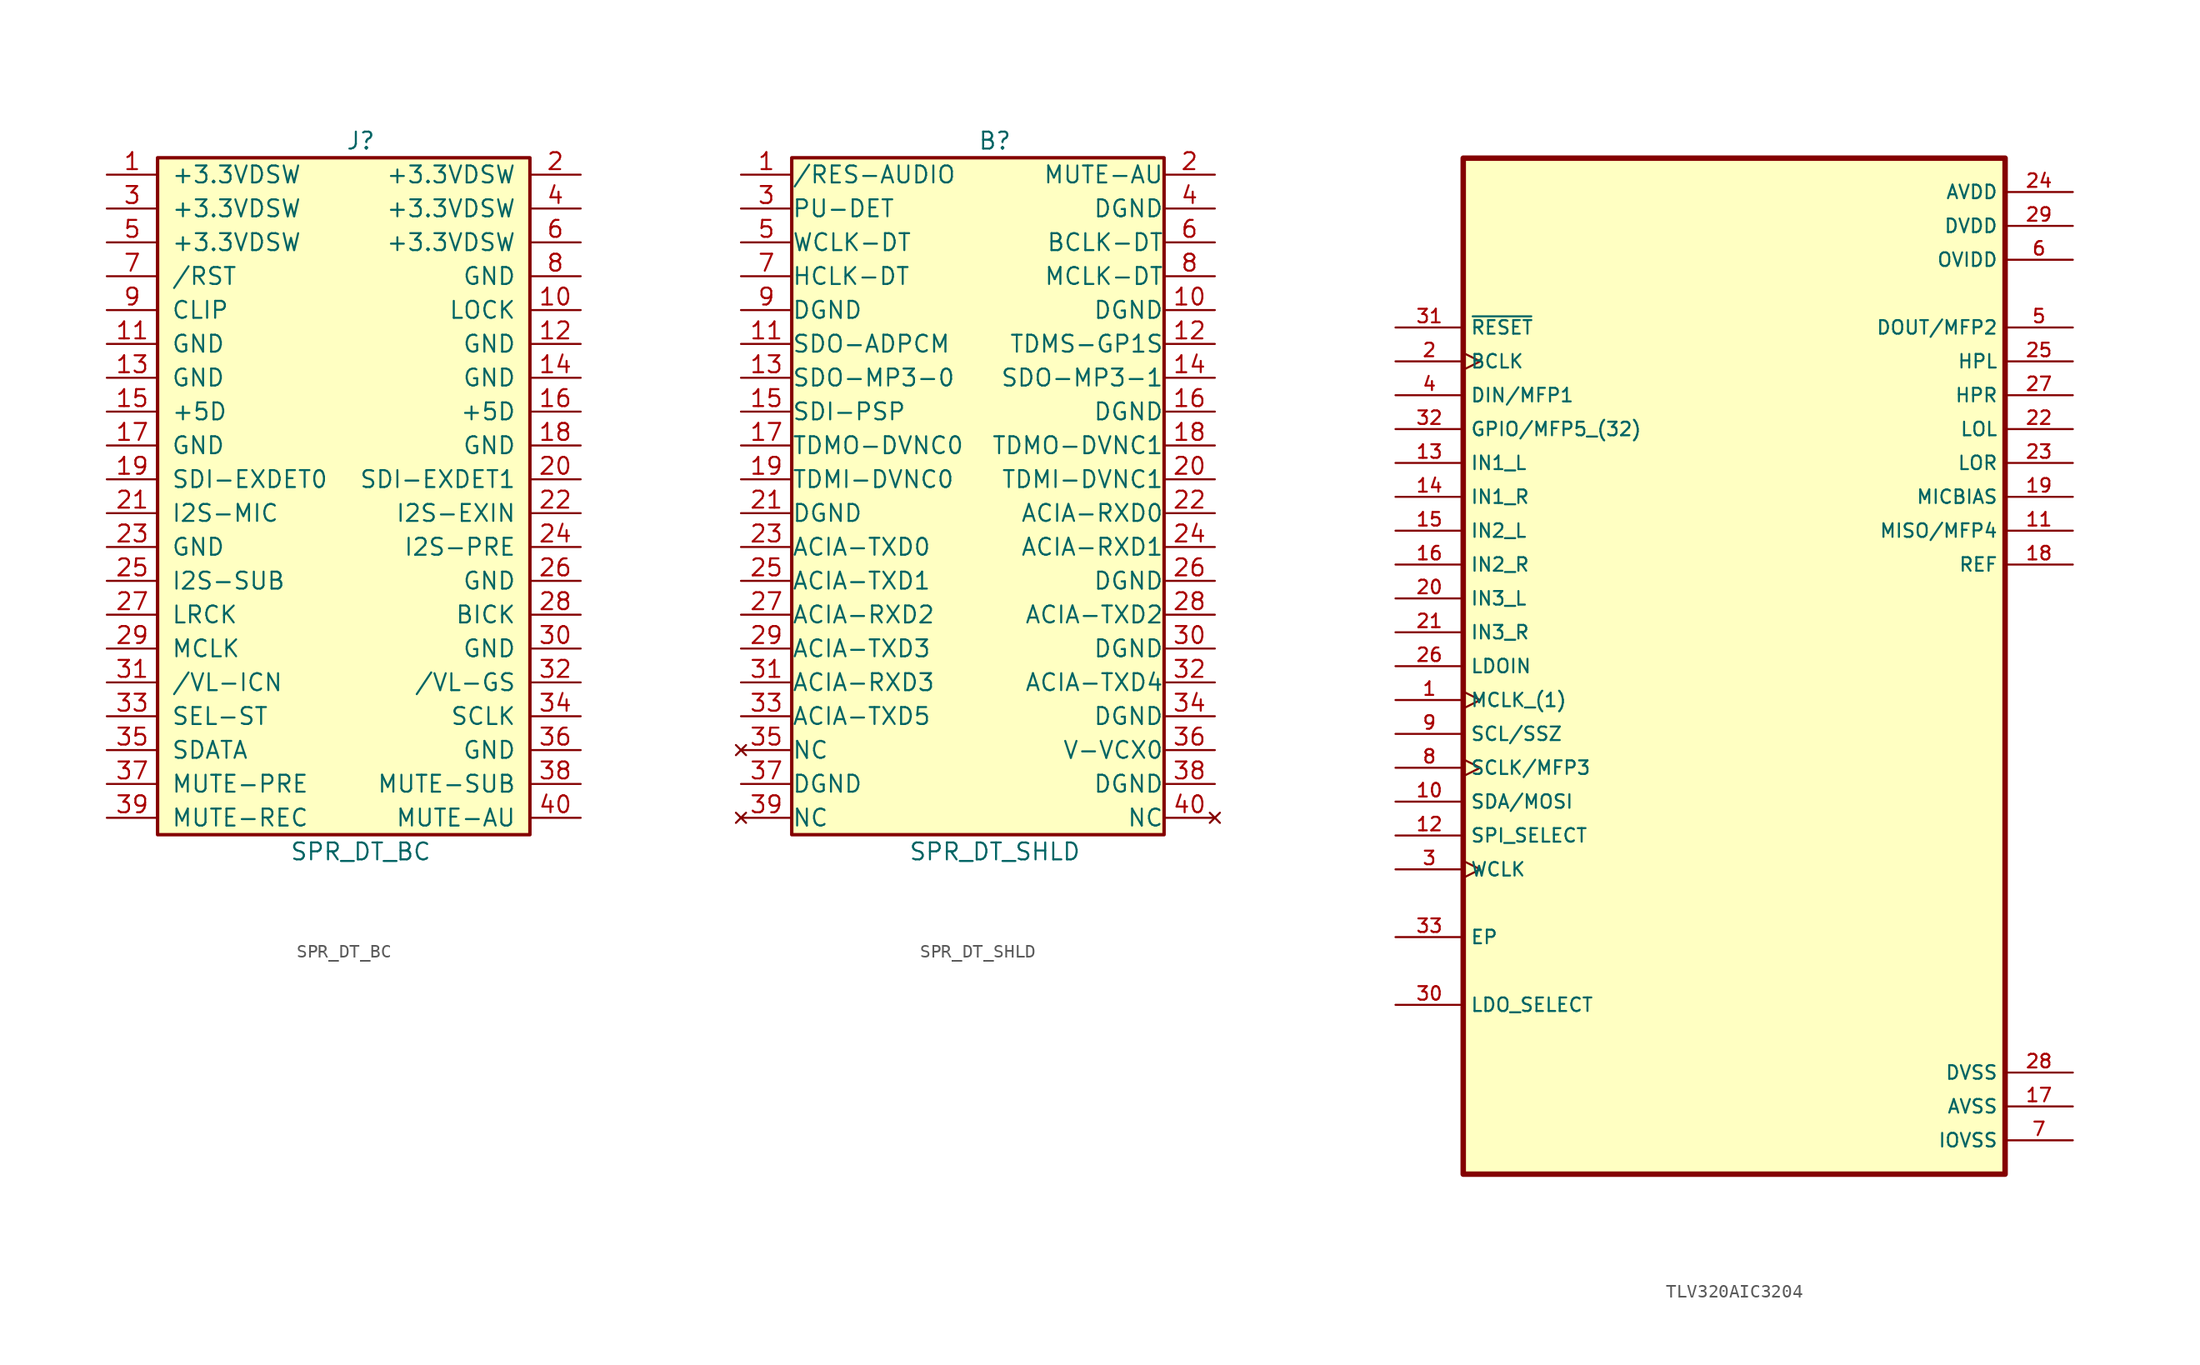
<source format=kicad_sym>
(kicad_symbol_lib
  (version 20241209)
  (generator "kicad_symbol_editor")
  (generator_version "9.0")
  (symbol "SPR_DT_BC"
    (pin_names
      (offset 1.016))
    (property "Reference" "J"
      (at 1.27 25.4 0)
      (effects (font (size 1.27 1.27))))
    (property "Value" "SPR_DT_BC"
      (at 1.27 -27.94 0)
      (effects (font (size 1.27 1.27))))
    (symbol "SPR_DT_BC_1_1"
      (rectangle (start -13.97 24.13) (end 13.97 -26.67) (stroke (width 0.254) (type default)) (fill (type background)))
      (pin power_in line (at -17.78 22.86 0) (length 3.81) (name "+3.3VDSW" (effects (font (size 1.27 1.27)))) (number "1" (effects (font (size 1.27 1.27)))))
      (pin power_in line (at -17.78 20.32 0) (length 3.81) (name "+3.3VDSW" (effects (font (size 1.27 1.27)))) (number "3" (effects (font (size 1.27 1.27)))))
      (pin power_in line (at -17.78 17.78 0) (length 3.81) (name "+3.3VDSW" (effects (font (size 1.27 1.27)))) (number "5" (effects (font (size 1.27 1.27)))))
      (pin passive line (at -17.78 15.24 0) (length 3.81) (name "/RST" (effects (font (size 1.27 1.27)))) (number "7" (effects (font (size 1.27 1.27)))))
      (pin passive line (at -17.78 12.7 0) (length 3.81) (name "CLIP" (effects (font (size 1.27 1.27)))) (number "9" (effects (font (size 1.27 1.27)))))
      (pin power_in line (at -17.78 10.16 0) (length 3.81) (name "GND" (effects (font (size 1.27 1.27)))) (number "11" (effects (font (size 1.27 1.27)))))
      (pin power_in line (at -17.78 7.62 0) (length 3.81) (name "GND" (effects (font (size 1.27 1.27)))) (number "13" (effects (font (size 1.27 1.27)))))
      (pin power_in line (at -17.78 5.08 0) (length 3.81) (name "+5D" (effects (font (size 1.27 1.27)))) (number "15" (effects (font (size 1.27 1.27)))))
      (pin power_in line (at -17.78 2.54 0) (length 3.81) (name "GND" (effects (font (size 1.27 1.27)))) (number "17" (effects (font (size 1.27 1.27)))))
      (pin input line (at -17.78 0 0) (length 3.81) (name "SDI-EXDET0" (effects (font (size 1.27 1.27)))) (number "19" (effects (font (size 1.27 1.27)))))
      (pin input line (at -17.78 -2.54 0) (length 3.81) (name "I2S-MIC" (effects (font (size 1.27 1.27)))) (number "21" (effects (font (size 1.27 1.27)))))
      (pin power_in line (at -17.78 -5.08 0) (length 3.81) (name "GND" (effects (font (size 1.27 1.27)))) (number "23" (effects (font (size 1.27 1.27)))))
      (pin output line (at -17.78 -7.62 0) (length 3.81) (name "I2S-SUB" (effects (font (size 1.27 1.27)))) (number "25" (effects (font (size 1.27 1.27)))))
      (pin passive line (at -17.78 -10.16 0) (length 3.81) (name "LRCK" (effects (font (size 1.27 1.27)))) (number "27" (effects (font (size 1.27 1.27)))))
      (pin passive line (at -17.78 -12.7 0) (length 3.81) (name "MCLK" (effects (font (size 1.27 1.27)))) (number "29" (effects (font (size 1.27 1.27)))))
      (pin passive line (at -17.78 -15.24 0) (length 3.81) (name "/VL-ICN" (effects (font (size 1.27 1.27)))) (number "31" (effects (font (size 1.27 1.27)))))
      (pin passive line (at -17.78 -17.78 0) (length 3.81) (name "SEL-ST" (effects (font (size 1.27 1.27)))) (number "33" (effects (font (size 1.27 1.27)))))
      (pin passive line (at -17.78 -20.32 0) (length 3.81) (name "SDATA" (effects (font (size 1.27 1.27)))) (number "35" (effects (font (size 1.27 1.27)))))
      (pin passive line (at -17.78 -22.86 0) (length 3.81) (name "MUTE-PRE" (effects (font (size 1.27 1.27)))) (number "37" (effects (font (size 1.27 1.27)))))
      (pin passive line (at -17.78 -25.4 0) (length 3.81) (name "MUTE-REC" (effects (font (size 1.27 1.27)))) (number "39" (effects (font (size 1.27 1.27)))))
      (pin power_in line (at 17.78 22.86 180) (length 3.81) (name "+3.3VDSW" (effects (font (size 1.27 1.27)))) (number "2" (effects (font (size 1.27 1.27)))))
      (pin power_in line (at 17.78 20.32 180) (length 3.81) (name "+3.3VDSW" (effects (font (size 1.27 1.27)))) (number "4" (effects (font (size 1.27 1.27)))))
      (pin power_in line (at 17.78 17.78 180) (length 3.81) (name "+3.3VDSW" (effects (font (size 1.27 1.27)))) (number "6" (effects (font (size 1.27 1.27)))))
      (pin power_in line (at 17.78 15.24 180) (length 3.81) (name "GND" (effects (font (size 1.27 1.27)))) (number "8" (effects (font (size 1.27 1.27)))))
      (pin passive line (at 17.78 12.7 180) (length 3.81) (name "LOCK" (effects (font (size 1.27 1.27)))) (number "10" (effects (font (size 1.27 1.27)))))
      (pin power_in line (at 17.78 10.16 180) (length 3.81) (name "GND" (effects (font (size 1.27 1.27)))) (number "12" (effects (font (size 1.27 1.27)))))
      (pin power_in line (at 17.78 7.62 180) (length 3.81) (name "GND" (effects (font (size 1.27 1.27)))) (number "14" (effects (font (size 1.27 1.27)))))
      (pin power_in line (at 17.78 5.08 180) (length 3.81) (name "+5D" (effects (font (size 1.27 1.27)))) (number "16" (effects (font (size 1.27 1.27)))))
      (pin power_in line (at 17.78 2.54 180) (length 3.81) (name "GND" (effects (font (size 1.27 1.27)))) (number "18" (effects (font (size 1.27 1.27)))))
      (pin input line (at 17.78 0 180) (length 3.81) (name "SDI-EXDET1" (effects (font (size 1.27 1.27)))) (number "20" (effects (font (size 1.27 1.27)))))
      (pin input line (at 17.78 -2.54 180) (length 3.81) (name "I2S-EXIN" (effects (font (size 1.27 1.27)))) (number "22" (effects (font (size 1.27 1.27)))))
      (pin output line (at 17.78 -5.08 180) (length 3.81) (name "I2S-PRE" (effects (font (size 1.27 1.27)))) (number "24" (effects (font (size 1.27 1.27)))))
      (pin power_in line (at 17.78 -7.62 180) (length 3.81) (name "GND" (effects (font (size 1.27 1.27)))) (number "26" (effects (font (size 1.27 1.27)))))
      (pin passive line (at 17.78 -10.16 180) (length 3.81) (name "BICK" (effects (font (size 1.27 1.27)))) (number "28" (effects (font (size 1.27 1.27)))))
      (pin passive line (at 17.78 -12.7 180) (length 3.81) (name "GND" (effects (font (size 1.27 1.27)))) (number "30" (effects (font (size 1.27 1.27)))))
      (pin passive line (at 17.78 -15.24 180) (length 3.81) (name "/VL-GS" (effects (font (size 1.27 1.27)))) (number "32" (effects (font (size 1.27 1.27)))))
      (pin passive line (at 17.78 -17.78 180) (length 3.81) (name "SCLK" (effects (font (size 1.27 1.27)))) (number "34" (effects (font (size 1.27 1.27)))))
      (pin power_in line (at 17.78 -20.32 180) (length 3.81) (name "GND" (effects (font (size 1.27 1.27)))) (number "36" (effects (font (size 1.27 1.27)))))
      (pin passive line (at 17.78 -22.86 180) (length 3.81) (name "MUTE-SUB" (effects (font (size 1.27 1.27)))) (number "38" (effects (font (size 1.27 1.27)))))
      (pin passive line (at 17.78 -25.4 180) (length 3.81) (name "MUTE-AU" (effects (font (size 1.27 1.27)))) (number "40" (effects (font (size 1.27 1.27)))))))
  (symbol "SPR_DT_SHLD"
    (pin_names
      (offset 0.002))
    (property "Reference" "B"
      (at 1.27 25.4 0)
      (effects (font (size 1.27 1.27))))
    (property "Value" "SPR_DT_SHLD"
      (at 1.27 -27.94 0)
      (effects (font (size 1.27 1.27))))
    (symbol "SPR_DT_SHLD_1_1"
      (rectangle (start -13.97 24.13) (end 13.97 -26.67) (stroke (width 0.254) (type default)) (fill (type background)))
      (pin passive line (at -17.78 22.86 0) (length 3.81) (name "/RES-AUDIO" (effects (font (size 1.27 1.27)))) (number "1" (effects (font (size 1.27 1.27)))))
      (pin passive line (at -17.78 20.32 0) (length 3.81) (name "PU-DET" (effects (font (size 1.27 1.27)))) (number "3" (effects (font (size 1.27 1.27)))))
      (pin passive line (at -17.78 17.78 0) (length 3.81) (name "WCLK-DT" (effects (font (size 1.27 1.27)))) (number "5" (effects (font (size 1.27 1.27)))))
      (pin passive line (at -17.78 15.24 0) (length 3.81) (name "HCLK-DT" (effects (font (size 1.27 1.27)))) (number "7" (effects (font (size 1.27 1.27)))))
      (pin power_in line (at -17.78 12.7 0) (length 3.81) (name "DGND" (effects (font (size 1.27 1.27)))) (number "9" (effects (font (size 1.27 1.27)))))
      (pin input line (at -17.78 10.16 0) (length 3.81) (name "SDO-ADPCM" (effects (font (size 1.27 1.27)))) (number "11" (effects (font (size 1.27 1.27)))))
      (pin input line (at -17.78 7.62 0) (length 3.81) (name "SDO-MP3-0" (effects (font (size 1.27 1.27)))) (number "13" (effects (font (size 1.27 1.27)))))
      (pin output line (at -17.78 5.08 0) (length 3.81) (name "SDI-PSP" (effects (font (size 1.27 1.27)))) (number "15" (effects (font (size 1.27 1.27)))))
      (pin passive line (at -17.78 2.54 0) (length 3.81) (name "TDMO-DVNC0" (effects (font (size 1.27 1.27)))) (number "17" (effects (font (size 1.27 1.27)))))
      (pin passive line (at -17.78 0 0) (length 3.81) (name "TDMI-DVNC0" (effects (font (size 1.27 1.27)))) (number "19" (effects (font (size 1.27 1.27)))))
      (pin power_in line (at -17.78 -2.54 0) (length 3.81) (name "DGND" (effects (font (size 1.27 1.27)))) (number "21" (effects (font (size 1.27 1.27)))))
      (pin input line (at -17.78 -5.08 0) (length 3.81) (name "ACIA-TXD0" (effects (font (size 1.27 1.27)))) (number "23" (effects (font (size 1.27 1.27)))))
      (pin input line (at -17.78 -7.62 0) (length 3.81) (name "ACIA-TXD1" (effects (font (size 1.27 1.27)))) (number "25" (effects (font (size 1.27 1.27)))))
      (pin output line (at -17.78 -10.16 0) (length 3.81) (name "ACIA-RXD2" (effects (font (size 1.27 1.27)))) (number "27" (effects (font (size 1.27 1.27)))))
      (pin input line (at -17.78 -12.7 0) (length 3.81) (name "ACIA-TXD3" (effects (font (size 1.27 1.27)))) (number "29" (effects (font (size 1.27 1.27)))))
      (pin output line (at -17.78 -15.24 0) (length 3.81) (name "ACIA-RXD3" (effects (font (size 1.27 1.27)))) (number "31" (effects (font (size 1.27 1.27)))))
      (pin input line (at -17.78 -17.78 0) (length 3.81) (name "ACIA-TXD5" (effects (font (size 1.27 1.27)))) (number "33" (effects (font (size 1.27 1.27)))))
      (pin no_connect line (at -17.78 -20.32 0) (length 3.81) (name "NC" (effects (font (size 1.27 1.27)))) (number "35" (effects (font (size 1.27 1.27)))))
      (pin power_in line (at -17.78 -22.86 0) (length 3.81) (name "DGND" (effects (font (size 1.27 1.27)))) (number "37" (effects (font (size 1.27 1.27)))))
      (pin no_connect line (at -17.78 -25.4 0) (length 3.81) (name "NC" (effects (font (size 1.27 1.27)))) (number "39" (effects (font (size 1.27 1.27)))))
      (pin passive line (at 17.78 22.86 180) (length 3.81) (name "MUTE-AU" (effects (font (size 1.27 1.27)))) (number "2" (effects (font (size 1.27 1.27)))))
      (pin power_in line (at 17.78 20.32 180) (length 3.81) (name "DGND" (effects (font (size 1.27 1.27)))) (number "4" (effects (font (size 1.27 1.27)))))
      (pin passive line (at 17.78 17.78 180) (length 3.81) (name "BCLK-DT" (effects (font (size 1.27 1.27)))) (number "6" (effects (font (size 1.27 1.27)))))
      (pin passive line (at 17.78 15.24 180) (length 3.81) (name "MCLK-DT" (effects (font (size 1.27 1.27)))) (number "8" (effects (font (size 1.27 1.27)))))
      (pin power_in line (at 17.78 12.7 180) (length 3.81) (name "DGND" (effects (font (size 1.27 1.27)))) (number "10" (effects (font (size 1.27 1.27)))))
      (pin passive line (at 17.78 10.16 180) (length 3.81) (name "TDMS-GP1S" (effects (font (size 1.27 1.27)))) (number "12" (effects (font (size 1.27 1.27)))))
      (pin input line (at 17.78 7.62 180) (length 3.81) (name "SDO-MP3-1" (effects (font (size 1.27 1.27)))) (number "14" (effects (font (size 1.27 1.27)))))
      (pin power_in line (at 17.78 5.08 180) (length 3.81) (name "DGND" (effects (font (size 1.27 1.27)))) (number "16" (effects (font (size 1.27 1.27)))))
      (pin passive line (at 17.78 2.54 180) (length 3.81) (name "TDMO-DVNC1" (effects (font (size 1.27 1.27)))) (number "18" (effects (font (size 1.27 1.27)))))
      (pin passive line (at 17.78 0 180) (length 3.81) (name "TDMI-DVNC1" (effects (font (size 1.27 1.27)))) (number "20" (effects (font (size 1.27 1.27)))))
      (pin output line (at 17.78 -2.54 180) (length 3.81) (name "ACIA-RXD0" (effects (font (size 1.27 1.27)))) (number "22" (effects (font (size 1.27 1.27)))))
      (pin output line (at 17.78 -5.08 180) (length 3.81) (name "ACIA-RXD1" (effects (font (size 1.27 1.27)))) (number "24" (effects (font (size 1.27 1.27)))))
      (pin power_in line (at 17.78 -7.62 180) (length 3.81) (name "DGND" (effects (font (size 1.27 1.27)))) (number "26" (effects (font (size 1.27 1.27)))))
      (pin input line (at 17.78 -10.16 180) (length 3.81) (name "ACIA-TXD2" (effects (font (size 1.27 1.27)))) (number "28" (effects (font (size 1.27 1.27)))))
      (pin power_in line (at 17.78 -12.7 180) (length 3.81) (name "DGND" (effects (font (size 1.27 1.27)))) (number "30" (effects (font (size 1.27 1.27)))))
      (pin input line (at 17.78 -15.24 180) (length 3.81) (name "ACIA-TXD4" (effects (font (size 1.27 1.27)))) (number "32" (effects (font (size 1.27 1.27)))))
      (pin power_in line (at 17.78 -17.78 180) (length 3.81) (name "DGND" (effects (font (size 1.27 1.27)))) (number "34" (effects (font (size 1.27 1.27)))))
      (pin passive line (at 17.78 -20.32 180) (length 3.81) (name "V-VCX0" (effects (font (size 1.27 1.27)))) (number "36" (effects (font (size 1.27 1.27)))))
      (pin power_in line (at 17.78 -22.86 180) (length 3.81) (name "DGND" (effects (font (size 1.27 1.27)))) (number "38" (effects (font (size 1.27 1.27)))))
      (pin no_connect line (at 17.78 -25.4 180) (length 3.81) (name "NC" (effects (font (size 1.27 1.27)))) (number "40" (effects (font (size 1.27 1.27)))))))
  (symbol "TLV320AIC3204"
    (property "Reference" "U"
      (at 0 0 0)
      (effects (font (size 1.27 1.27)) (hide yes)))
    (property "Value" ""
      (at 0 0 0)
      (effects (font (size 1.27 1.27))))
    (symbol "TLV320AIC3204_0_0"
      (rectangle (start -20.32 -36.83) (end 20.32 39.37) (stroke (width 0.41) (type default)) (fill (type background)))
      (pin input line (at -25.4 26.67 0) (length 5.08) (name "~{RESET}" (effects (font (size 1.016 1.016)))) (number "31" (effects (font (size 1.016 1.016)))))
      (pin input clock (at -25.4 24.13 0) (length 5.08) (name "BCLK" (effects (font (size 1.016 1.016)))) (number "2" (effects (font (size 1.016 1.016)))))
      (pin input line (at -25.4 21.59 0) (length 5.08) (name "DIN/MFP1" (effects (font (size 1.016 1.016)))) (number "4" (effects (font (size 1.016 1.016)))))
      (pin input line (at -25.4 19.05 0) (length 5.08) (name "GPIO/MFP5_(32)" (effects (font (size 1.016 1.016)))) (number "32" (effects (font (size 1.016 1.016)))))
      (pin input line (at -25.4 16.51 0) (length 5.08) (name "IN1_L" (effects (font (size 1.016 1.016)))) (number "13" (effects (font (size 1.016 1.016)))))
      (pin input line (at -25.4 13.97 0) (length 5.08) (name "IN1_R" (effects (font (size 1.016 1.016)))) (number "14" (effects (font (size 1.016 1.016)))))
      (pin input line (at -25.4 11.43 0) (length 5.08) (name "IN2_L" (effects (font (size 1.016 1.016)))) (number "15" (effects (font (size 1.016 1.016)))))
      (pin input line (at -25.4 8.89 0) (length 5.08) (name "IN2_R" (effects (font (size 1.016 1.016)))) (number "16" (effects (font (size 1.016 1.016)))))
      (pin input line (at -25.4 6.35 0) (length 5.08) (name "IN3_L" (effects (font (size 1.016 1.016)))) (number "20" (effects (font (size 1.016 1.016)))))
      (pin input line (at -25.4 3.81 0) (length 5.08) (name "IN3_R" (effects (font (size 1.016 1.016)))) (number "21" (effects (font (size 1.016 1.016)))))
      (pin input line (at -25.4 1.27 0) (length 5.08) (name "LDOIN" (effects (font (size 1.016 1.016)))) (number "26" (effects (font (size 1.016 1.016)))))
      (pin input clock (at -25.4 -1.27 0) (length 5.08) (name "MCLK_(1)" (effects (font (size 1.016 1.016)))) (number "1" (effects (font (size 1.016 1.016)))))
      (pin input line (at -25.4 -3.81 0) (length 5.08) (name "SCL/SSZ" (effects (font (size 1.016 1.016)))) (number "9" (effects (font (size 1.016 1.016)))))
      (pin input clock (at -25.4 -6.35 0) (length 5.08) (name "SCLK/MFP3" (effects (font (size 1.016 1.016)))) (number "8" (effects (font (size 1.016 1.016)))))
      (pin input line (at -25.4 -8.89 0) (length 5.08) (name "SDA/MOSI" (effects (font (size 1.016 1.016)))) (number "10" (effects (font (size 1.016 1.016)))))
      (pin input line (at -25.4 -11.43 0) (length 5.08) (name "SPI_SELECT" (effects (font (size 1.016 1.016)))) (number "12" (effects (font (size 1.016 1.016)))))
      (pin input clock (at -25.4 -13.97 0) (length 5.08) (name "WCLK" (effects (font (size 1.016 1.016)))) (number "3" (effects (font (size 1.016 1.016)))))
      (pin bidirectional line (at -25.4 -19.05 0) (length 5.08) (name "EP" (effects (font (size 1.016 1.016)))) (number "33" (effects (font (size 1.016 1.016)))))
      (pin bidirectional line (at -25.4 -24.13 0) (length 5.08) (name "LDO_SELECT" (effects (font (size 1.016 1.016)))) (number "30" (effects (font (size 1.016 1.016)))))
      (pin power_in line (at 25.4 36.83 180) (length 5.08) (name "AVDD" (effects (font (size 1.016 1.016)))) (number "24" (effects (font (size 1.016 1.016)))))
      (pin power_in line (at 25.4 34.29 180) (length 5.08) (name "DVDD" (effects (font (size 1.016 1.016)))) (number "29" (effects (font (size 1.016 1.016)))))
      (pin power_in line (at 25.4 31.75 180) (length 5.08) (name "OVIDD" (effects (font (size 1.016 1.016)))) (number "6" (effects (font (size 1.016 1.016)))))
      (pin output line (at 25.4 26.67 180) (length 5.08) (name "DOUT/MFP2" (effects (font (size 1.016 1.016)))) (number "5" (effects (font (size 1.016 1.016)))))
      (pin output line (at 25.4 24.13 180) (length 5.08) (name "HPL" (effects (font (size 1.016 1.016)))) (number "25" (effects (font (size 1.016 1.016)))))
      (pin output line (at 25.4 21.59 180) (length 5.08) (name "HPR" (effects (font (size 1.016 1.016)))) (number "27" (effects (font (size 1.016 1.016)))))
      (pin output line (at 25.4 19.05 180) (length 5.08) (name "LOL" (effects (font (size 1.016 1.016)))) (number "22" (effects (font (size 1.016 1.016)))))
      (pin output line (at 25.4 16.51 180) (length 5.08) (name "LOR" (effects (font (size 1.016 1.016)))) (number "23" (effects (font (size 1.016 1.016)))))
      (pin output line (at 25.4 13.97 180) (length 5.08) (name "MICBIAS" (effects (font (size 1.016 1.016)))) (number "19" (effects (font (size 1.016 1.016)))))
      (pin output line (at 25.4 11.43 180) (length 5.08) (name "MISO/MFP4" (effects (font (size 1.016 1.016)))) (number "11" (effects (font (size 1.016 1.016)))))
      (pin output line (at 25.4 8.89 180) (length 5.08) (name "REF" (effects (font (size 1.016 1.016)))) (number "18" (effects (font (size 1.016 1.016)))))
      (pin power_in line (at 25.4 -29.21 180) (length 5.08) (name "DVSS" (effects (font (size 1.016 1.016)))) (number "28" (effects (font (size 1.016 1.016)))))
      (pin power_in line (at 25.4 -31.75 180) (length 5.08) (name "AVSS" (effects (font (size 1.016 1.016)))) (number "17" (effects (font (size 1.016 1.016)))))
      (pin power_in line (at 25.4 -34.29 180) (length 5.08) (name "IOVSS" (effects (font (size 1.016 1.016)))) (number "7" (effects (font (size 1.016 1.016))))))))
</source>
